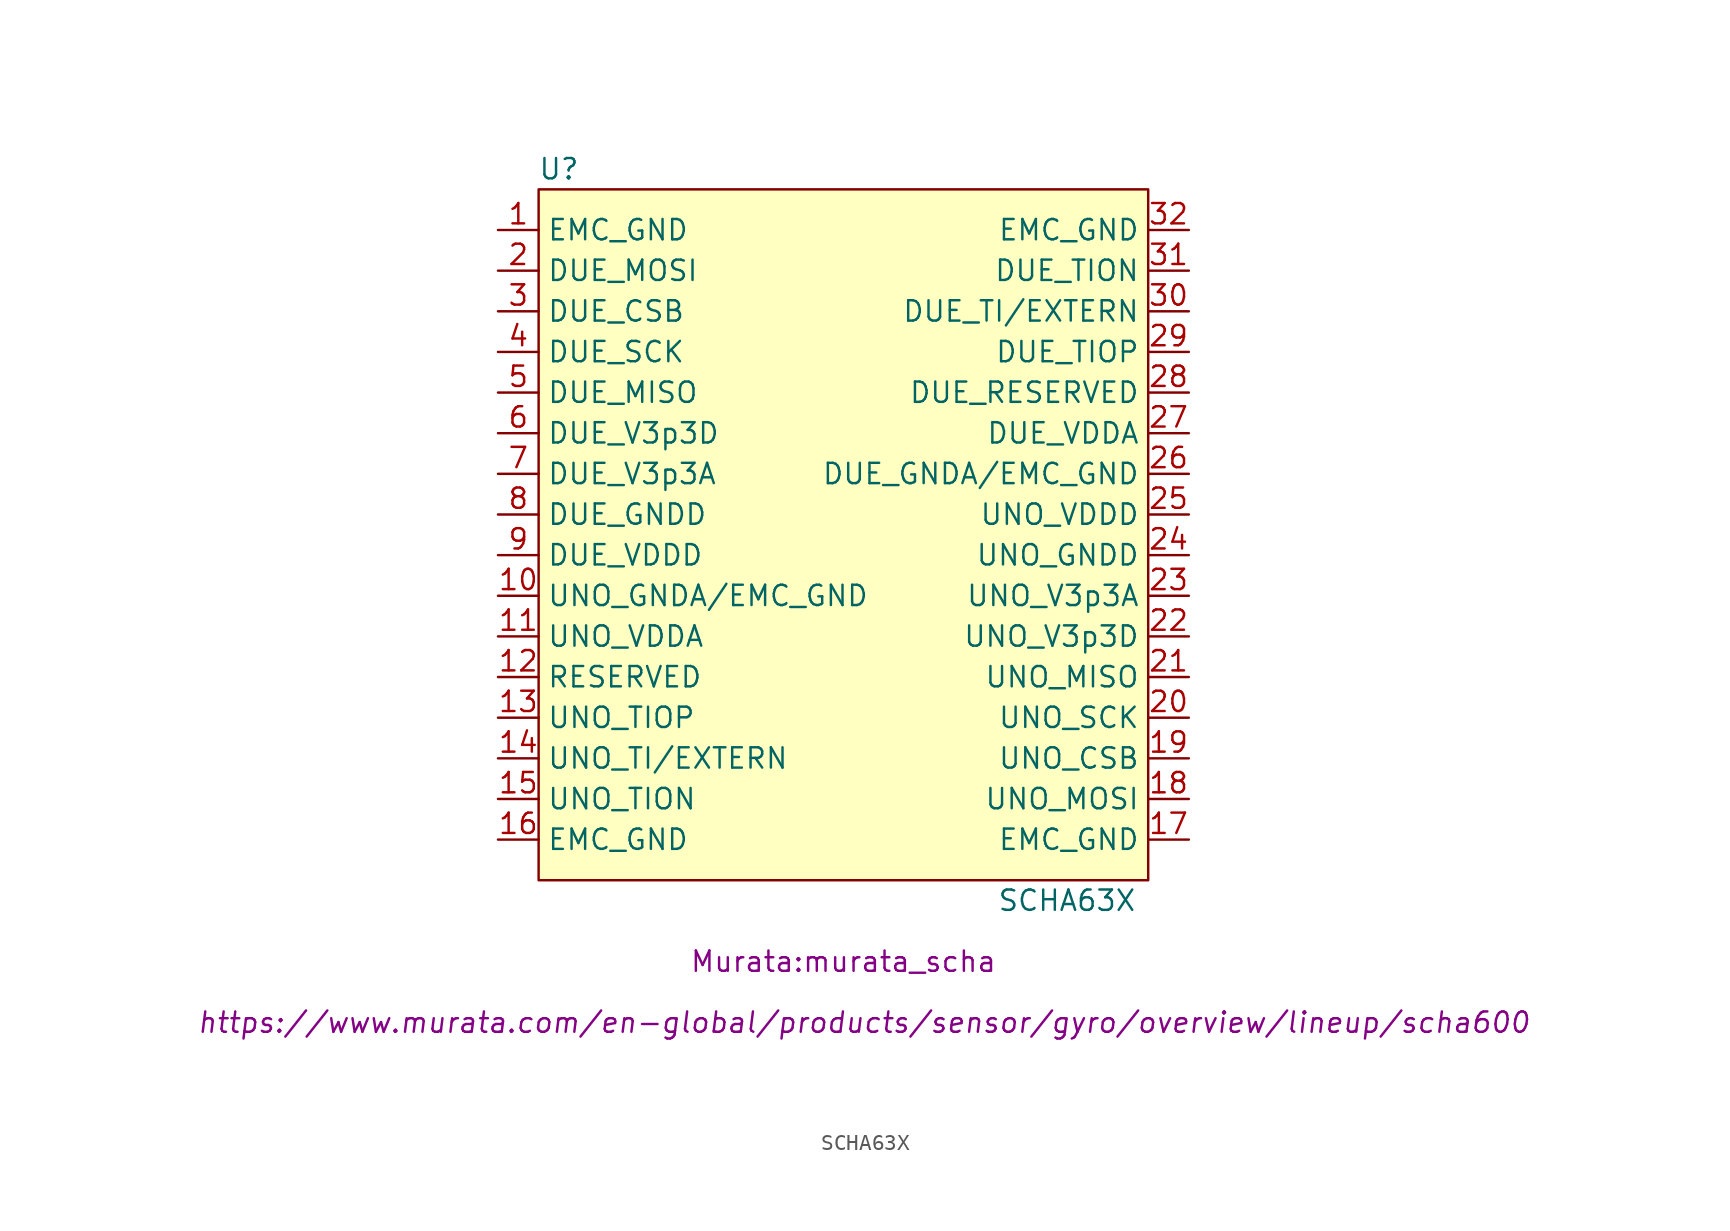
<source format=kicad_sym>
(kicad_symbol_lib
  (version 20211014)
  (generator kicad_symbol_editor)
  (symbol "SCHA63X"
    (property "Reference" "U"
      (at -17.78 22.86 0)
      (effects (font (size 1.27 1.27))))
    (property "Value" "SCHA63X"
      (at 13.97 -22.86 0)
      (effects (font (size 1.27 1.27))))
    (property "Footprint" "Murata:murata_scha"
      (at 0 -26.67 0)
      (effects (font (size 1.27 1.27))))
    (property "Datasheet" "https://www.murata.com/en-global/products/sensor/gyro/overview/lineup/scha600"
      (at 1.27 -30.48 0)
      (effects (font (size 1.27 1.27) italic)))
    (symbol "SCHA63X_0_0"
      (pin power_in line (at -21.59 19.05 0) (length 2.54) (name "EMC_GND" (effects (font (size 1.27 1.27)))) (number "1" (effects (font (size 1.27 1.27)))))
      (pin power_in line (at -21.59 -3.81 0) (length 2.54) (name "UNO_GNDA/EMC_GND" (effects (font (size 1.27 1.27)))) (number "10" (effects (font (size 1.27 1.27)))))
      (pin power_out line (at -21.59 -6.35 0) (length 2.54) (name "UNO_VDDA" (effects (font (size 1.27 1.27)))) (number "11" (effects (font (size 1.27 1.27)))))
      (pin power_in line (at -21.59 -8.89 0) (length 2.54) (name "RESERVED" (effects (font (size 1.27 1.27)))) (number "12" (effects (font (size 1.27 1.27)))))
      (pin input line (at -21.59 -11.43 0) (length 2.54) (name "UNO_TIOP" (effects (font (size 1.27 1.27)))) (number "13" (effects (font (size 1.27 1.27)))))
      (pin input line (at -21.59 -13.97 0) (length 2.54) (name "UNO_TI/EXTERN" (effects (font (size 1.27 1.27)))) (number "14" (effects (font (size 1.27 1.27)))))
      (pin input line (at -21.59 -16.51 0) (length 2.54) (name "UNO_TION" (effects (font (size 1.27 1.27)))) (number "15" (effects (font (size 1.27 1.27)))))
      (pin power_in line (at -21.59 -19.05 0) (length 2.54) (name "EMC_GND" (effects (font (size 1.27 1.27)))) (number "16" (effects (font (size 1.27 1.27)))))
      (pin power_in line (at 21.59 -19.05 180) (length 2.54) (name "EMC_GND" (effects (font (size 1.27 1.27)))) (number "17" (effects (font (size 1.27 1.27)))))
      (pin input line (at 21.59 -16.51 180) (length 2.54) (name "UNO_MOSI" (effects (font (size 1.27 1.27)))) (number "18" (effects (font (size 1.27 1.27)))))
      (pin input line (at 21.59 -13.97 180) (length 2.54) (name "UNO_CSB" (effects (font (size 1.27 1.27)))) (number "19" (effects (font (size 1.27 1.27)))))
      (pin input line (at -21.59 16.51 0) (length 2.54) (name "DUE_MOSI" (effects (font (size 1.27 1.27)))) (number "2" (effects (font (size 1.27 1.27)))))
      (pin input line (at 21.59 -11.43 180) (length 2.54) (name "UNO_SCK" (effects (font (size 1.27 1.27)))) (number "20" (effects (font (size 1.27 1.27)))))
      (pin output line (at 21.59 -8.89 180) (length 2.54) (name "UNO_MISO" (effects (font (size 1.27 1.27)))) (number "21" (effects (font (size 1.27 1.27)))))
      (pin power_in line (at 21.59 -6.35 180) (length 2.54) (name "UNO_V3p3D" (effects (font (size 1.27 1.27)))) (number "22" (effects (font (size 1.27 1.27)))))
      (pin power_in line (at 21.59 -3.81 180) (length 2.54) (name "UNO_V3p3A" (effects (font (size 1.27 1.27)))) (number "23" (effects (font (size 1.27 1.27)))))
      (pin power_in line (at 21.59 -1.27 180) (length 2.54) (name "UNO_GNDD" (effects (font (size 1.27 1.27)))) (number "24" (effects (font (size 1.27 1.27)))))
      (pin power_out line (at 21.59 1.27 180) (length 2.54) (name "UNO_VDDD" (effects (font (size 1.27 1.27)))) (number "25" (effects (font (size 1.27 1.27)))))
      (pin power_in line (at 21.59 3.81 180) (length 2.54) (name "DUE_GNDA/EMC_GND" (effects (font (size 1.27 1.27)))) (number "26" (effects (font (size 1.27 1.27)))))
      (pin power_out line (at 21.59 6.35 180) (length 2.54) (name "DUE_VDDA" (effects (font (size 1.27 1.27)))) (number "27" (effects (font (size 1.27 1.27)))))
      (pin power_in line (at 21.59 8.89 180) (length 2.54) (name "DUE_RESERVED" (effects (font (size 1.27 1.27)))) (number "28" (effects (font (size 1.27 1.27)))))
      (pin input line (at 21.59 11.43 180) (length 2.54) (name "DUE_TIOP" (effects (font (size 1.27 1.27)))) (number "29" (effects (font (size 1.27 1.27)))))
      (pin input line (at -21.59 13.97 0) (length 2.54) (name "DUE_CSB" (effects (font (size 1.27 1.27)))) (number "3" (effects (font (size 1.27 1.27)))))
      (pin input line (at 21.59 13.97 180) (length 2.54) (name "DUE_TI/EXTERN" (effects (font (size 1.27 1.27)))) (number "30" (effects (font (size 1.27 1.27)))))
      (pin input line (at 21.59 16.51 180) (length 2.54) (name "DUE_TION" (effects (font (size 1.27 1.27)))) (number "31" (effects (font (size 1.27 1.27)))))
      (pin power_in line (at 21.59 19.05 180) (length 2.54) (name "EMC_GND" (effects (font (size 1.27 1.27)))) (number "32" (effects (font (size 1.27 1.27)))))
      (pin input line (at -21.59 11.43 0) (length 2.54) (name "DUE_SCK" (effects (font (size 1.27 1.27)))) (number "4" (effects (font (size 1.27 1.27)))))
      (pin output line (at -21.59 8.89 0) (length 2.54) (name "DUE_MISO" (effects (font (size 1.27 1.27)))) (number "5" (effects (font (size 1.27 1.27)))))
      (pin power_in line (at -21.59 6.35 0) (length 2.54) (name "DUE_V3p3D" (effects (font (size 1.27 1.27)))) (number "6" (effects (font (size 1.27 1.27)))))
      (pin power_in line (at -21.59 3.81 0) (length 2.54) (name "DUE_V3p3A" (effects (font (size 1.27 1.27)))) (number "7" (effects (font (size 1.27 1.27)))))
      (pin power_in line (at -21.59 1.27 0) (length 2.54) (name "DUE_GNDD" (effects (font (size 1.27 1.27)))) (number "8" (effects (font (size 1.27 1.27)))))
      (pin power_out line (at -21.59 -1.27 0) (length 2.54) (name "DUE_VDDD" (effects (font (size 1.27 1.27)))) (number "9" (effects (font (size 1.27 1.27))))))
    (symbol "SCHA63X_0_1"
      (rectangle (start -19.05 21.59) (end 19.05 -21.59) (stroke (width 0) (type default) (color 0 0 0 0)) (fill (type background))))))
</source>
